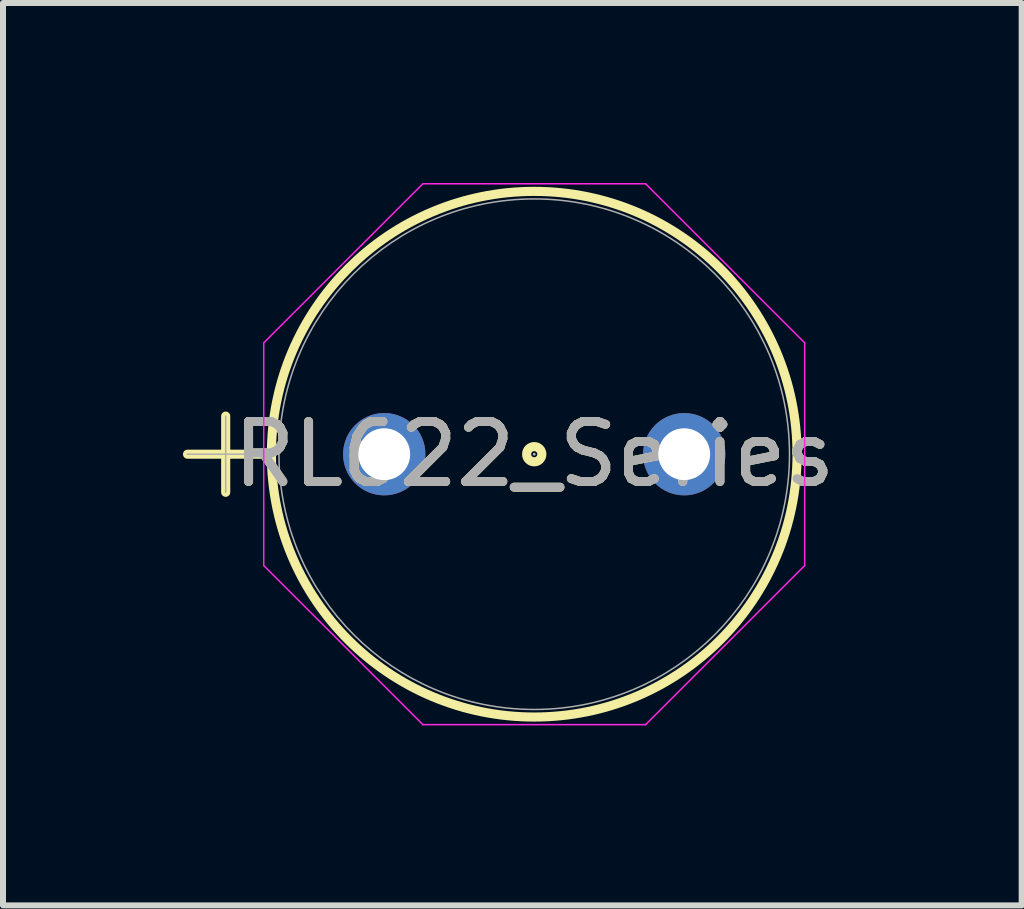
<source format=kicad_pcb>
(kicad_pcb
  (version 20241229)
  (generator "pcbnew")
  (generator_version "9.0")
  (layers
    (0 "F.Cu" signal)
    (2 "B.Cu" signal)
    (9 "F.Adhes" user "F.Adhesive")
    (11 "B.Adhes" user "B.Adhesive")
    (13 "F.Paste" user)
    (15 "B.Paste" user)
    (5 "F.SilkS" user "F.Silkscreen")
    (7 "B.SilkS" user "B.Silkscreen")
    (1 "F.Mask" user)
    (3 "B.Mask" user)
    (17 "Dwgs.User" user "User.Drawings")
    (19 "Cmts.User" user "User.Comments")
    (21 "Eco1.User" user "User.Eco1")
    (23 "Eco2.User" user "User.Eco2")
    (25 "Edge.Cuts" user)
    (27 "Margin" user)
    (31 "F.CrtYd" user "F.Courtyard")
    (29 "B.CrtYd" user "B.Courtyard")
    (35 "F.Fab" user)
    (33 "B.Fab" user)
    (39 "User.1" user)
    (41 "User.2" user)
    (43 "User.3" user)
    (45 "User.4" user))
  (footprint "RL622_Series"
    (layer "F.Cu")
    (at 3.355 4.521)
    (property "Reference" "RL622_Series" (at 2.5 0 0) (unlocked yes) (layer "F.SilkS") (effects (font (size 1 1) (thickness 0.15))))
    (attr through_hole)
    (fp_line (start -3.279 0) (end -2.009 0) (stroke (width 0.152) (type solid)) (layer "F.SilkS"))
    (fp_line (start -2.643 -0.635) (end -2.643 0.635) (stroke (width 0.152) (type solid)) (layer "F.SilkS"))
    (fp_circle (center 2.5 0) (end 2.627 0) (stroke (width 0.152) (type solid)) (fill no) (layer "F.SilkS"))
    (fp_circle (center 2.5 0) (end 6.881 0) (stroke (width 0.152) (type solid)) (fill no) (layer "F.SilkS"))
    (fp_line (start -2.009 -1.856) (end 0.644 -4.508) (stroke (width 0.025) (type solid)) (layer "F.CrtYd"))
    (fp_line (start -2.009 1.856) (end -2.009 -1.856) (stroke (width 0.025) (type solid)) (layer "F.CrtYd"))
    (fp_line (start 0.644 -4.508) (end 4.356 -4.508) (stroke (width 0.025) (type solid)) (layer "F.CrtYd"))
    (fp_line (start 0.644 4.508) (end -2.009 1.856) (stroke (width 0.025) (type solid)) (layer "F.CrtYd"))
    (fp_line (start 4.356 -4.508) (end 7.008 -1.856) (stroke (width 0.025) (type solid)) (layer "F.CrtYd"))
    (fp_line (start 4.356 4.508) (end 0.644 4.508) (stroke (width 0.025) (type solid)) (layer "F.CrtYd"))
    (fp_line (start 7.008 -1.856) (end 7.008 1.856) (stroke (width 0.025) (type solid)) (layer "F.CrtYd"))
    (fp_line (start 7.008 1.856) (end 4.356 4.508) (stroke (width 0.025) (type solid)) (layer "F.CrtYd"))
    (fp_line (start -3.279 0) (end -2.009 0) (stroke (width 0.025) (type solid)) (layer "F.Fab"))
    (fp_line (start -2.643 -0.635) (end -2.643 0.635) (stroke (width 0.025) (type solid)) (layer "F.Fab"))
    (fp_circle (center 2.5 0) (end 2.5 0) (stroke (width 0.025) (type solid)) (fill no) (layer "F.Fab"))
    (fp_circle (center 2.5 0) (end 6.755 0) (stroke (width 0.025) (type solid)) (fill no) (layer "F.Fab"))
    (fp_text user "${REFERENCE}" (at 2.5 0 0) (unlocked yes) (layer "F.Fab") (effects (font (size 1 1) (thickness 0.15))))
    (pad "1" thru_hole circle (at 0 0) (size 1.372 1.372) (drill 0.864) (layers "*.Cu" "*.Mask"))
    (pad "2" thru_hole circle (at 5 0) (size 1.372 1.372) (drill 0.864) (layers "*.Cu" "*.Mask")))
  (gr_rect
    (start -3 -3)
    (end 13.98 12.042)
    (stroke (width 0.1) (type default))
    (fill no)
    (layer "Edge.Cuts")))
</source>
